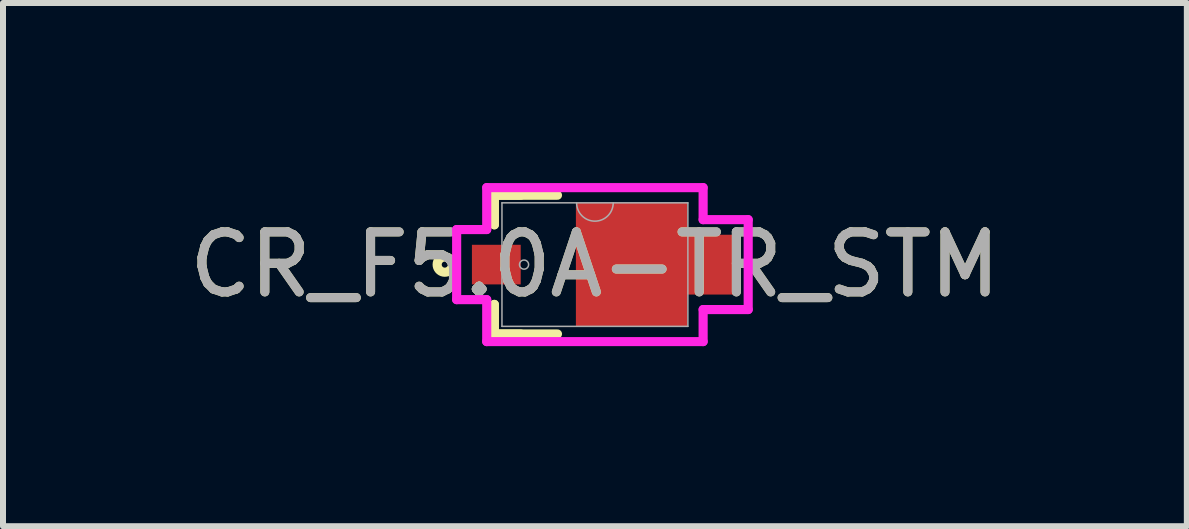
<source format=kicad_pcb>
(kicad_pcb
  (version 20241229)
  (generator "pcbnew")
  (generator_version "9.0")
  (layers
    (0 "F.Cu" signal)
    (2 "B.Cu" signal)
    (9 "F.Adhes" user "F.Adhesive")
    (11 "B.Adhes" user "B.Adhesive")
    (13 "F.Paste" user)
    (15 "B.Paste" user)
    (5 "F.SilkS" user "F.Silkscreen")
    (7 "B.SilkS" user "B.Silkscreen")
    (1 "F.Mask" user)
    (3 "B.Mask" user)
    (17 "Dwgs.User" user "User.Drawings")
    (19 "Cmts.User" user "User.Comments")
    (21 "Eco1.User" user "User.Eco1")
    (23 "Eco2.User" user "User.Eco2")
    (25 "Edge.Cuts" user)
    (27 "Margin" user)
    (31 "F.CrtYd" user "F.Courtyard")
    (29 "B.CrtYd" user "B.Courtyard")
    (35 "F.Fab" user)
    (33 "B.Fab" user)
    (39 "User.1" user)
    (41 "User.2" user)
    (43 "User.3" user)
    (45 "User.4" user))
  (footprint "CR_F5.0A-TR_STM"
    (layer "F.Cu")
    (at 6.863 1.359)
    (property "Reference" "CR_F5.0A-TR_STM" (at 0 0 0) (unlocked yes) (layer "F.SilkS") (effects (font (size 1 1) (thickness 0.15))))
    (attr smd)
    (fp_poly (pts (xy -0.317 1.029) (xy -0.317 -1.029) (xy 1.537 -1.029) (xy 1.538 -0.495) (xy 2.3 -0.495) (xy 2.3 0.495) (xy 1.538 0.495) (xy 1.537 1.029)) (stroke (width 0) (type solid)) (fill yes) (layer "F.Cu"))
    (fp_poly (pts (xy -0.317 -1.029) (xy 1.537 -1.029) (xy 1.538 -0.495) (xy 2.3 -0.495) (xy 2.3 0.495) (xy 1.538 0.495) (xy 1.537 1.029) (xy -0.317 1.029)) (stroke (width 0) (type solid)) (fill yes) (layer "F.Mask"))
    (fp_line (start -1.676 -1.156) (end -1.676 -0.663) (stroke (width 0.152) (type solid)) (layer "F.SilkS"))
    (fp_line (start -1.676 -1.156) (end -0.624 -1.156) (stroke (width 0.152) (type solid)) (layer "F.SilkS"))
    (fp_line (start -1.676 -0.663) (end -1.676 -1.156) (stroke (width 0.152) (type solid)) (layer "F.SilkS"))
    (fp_line (start -1.676 0.663) (end -1.676 1.156) (stroke (width 0.152) (type solid)) (layer "F.SilkS"))
    (fp_line (start -1.676 1.156) (end -1.676 0.663) (stroke (width 0.152) (type solid)) (layer "F.SilkS"))
    (fp_line (start -1.676 1.156) (end -1.235 1.156) (stroke (width 0.152) (type solid)) (layer "F.SilkS"))
    (fp_line (start -1.235 -1.156) (end -1.676 -1.156) (stroke (width 0.152) (type solid)) (layer "F.SilkS"))
    (fp_line (start -0.624 1.156) (end -1.676 1.156) (stroke (width 0.152) (type solid)) (layer "F.SilkS"))
    (fp_arc (start -2.38264 0.043658) (mid -2.6289 0) (end -2.38264 -0.043658) (stroke (width 0.1524) (type solid)) (layer "F.SilkS"))
    (fp_poly (pts (xy -0.317 -1.029) (xy 1.537 -1.029) (xy 1.538 -0.495) (xy 2.3 -0.495) (xy 2.3 0.495) (xy 1.538 0.495) (xy 1.537 1.029) (xy -0.317 1.029)) (stroke (width 0) (type solid)) (fill yes) (layer "F.Paste"))
    (fp_line (start -2.304 -0.584) (end -2.304 0.584) (stroke (width 0.152) (type solid)) (layer "F.CrtYd"))
    (fp_line (start -2.304 0.584) (end -1.803 0.584) (stroke (width 0.152) (type solid)) (layer "F.CrtYd"))
    (fp_line (start -1.803 -1.283) (end -1.803 -0.584) (stroke (width 0.152) (type solid)) (layer "F.CrtYd"))
    (fp_line (start -1.803 -0.584) (end -2.304 -0.584) (stroke (width 0.152) (type solid)) (layer "F.CrtYd"))
    (fp_line (start -1.803 0.584) (end -1.803 1.283) (stroke (width 0.152) (type solid)) (layer "F.CrtYd"))
    (fp_line (start -1.803 1.283) (end 1.803 1.283) (stroke (width 0.152) (type solid)) (layer "F.CrtYd"))
    (fp_line (start 1.803 -1.283) (end -1.803 -1.283) (stroke (width 0.152) (type solid)) (layer "F.CrtYd"))
    (fp_line (start 1.803 -0.749) (end 1.803 -1.283) (stroke (width 0.152) (type solid)) (layer "F.CrtYd"))
    (fp_line (start 1.803 0.749) (end 2.554 0.749) (stroke (width 0.152) (type solid)) (layer "F.CrtYd"))
    (fp_line (start 1.803 1.283) (end 1.803 0.749) (stroke (width 0.152) (type solid)) (layer "F.CrtYd"))
    (fp_line (start 2.554 -0.749) (end 1.803 -0.749) (stroke (width 0.152) (type solid)) (layer "F.CrtYd"))
    (fp_line (start 2.554 0.749) (end 2.554 -0.749) (stroke (width 0.152) (type solid)) (layer "F.CrtYd"))
    (fp_line (start -1.549 -1.029) (end -1.549 1.029) (stroke (width 0.025) (type solid)) (layer "F.Fab"))
    (fp_line (start -1.549 1.029) (end 1.549 1.029) (stroke (width 0.025) (type solid)) (layer "F.Fab"))
    (fp_line (start 1.549 -1.029) (end -1.549 -1.029) (stroke (width 0.025) (type solid)) (layer "F.Fab"))
    (fp_line (start 1.549 1.029) (end 1.549 -1.029) (stroke (width 0.025) (type solid)) (layer "F.Fab"))
    (fp_arc (start 0.3048 -1.0287) (mid 0 -0.7239) (end -0.3048 -1.0287) (stroke (width 0.0254) (type solid)) (layer "F.Fab"))
    (fp_circle (center -1.181 0) (end -1.105 0) (stroke (width 0.025) (type solid)) (fill no) (layer "F.Fab"))
    (fp_text user "${REFERENCE}" (at 0 0 0) (unlocked yes) (layer "F.Fab") (effects (font (size 1 1) (thickness 0.15))))
    (pad "1" smd rect (at -1.643 0) (size 0.813 0.66) (layers "F.Cu" "F.Mask" "F.Paste"))
    (pad "2" smd rect (at 1.919 0) (size 0.762 0.991) (layers "F.Cu" "F.Mask" "F.Paste")))
  (gr_rect
    (start -3 -3)
    (end 16.726 5.718)
    (stroke (width 0.1) (type default))
    (fill no)
    (layer "Edge.Cuts")))
</source>
